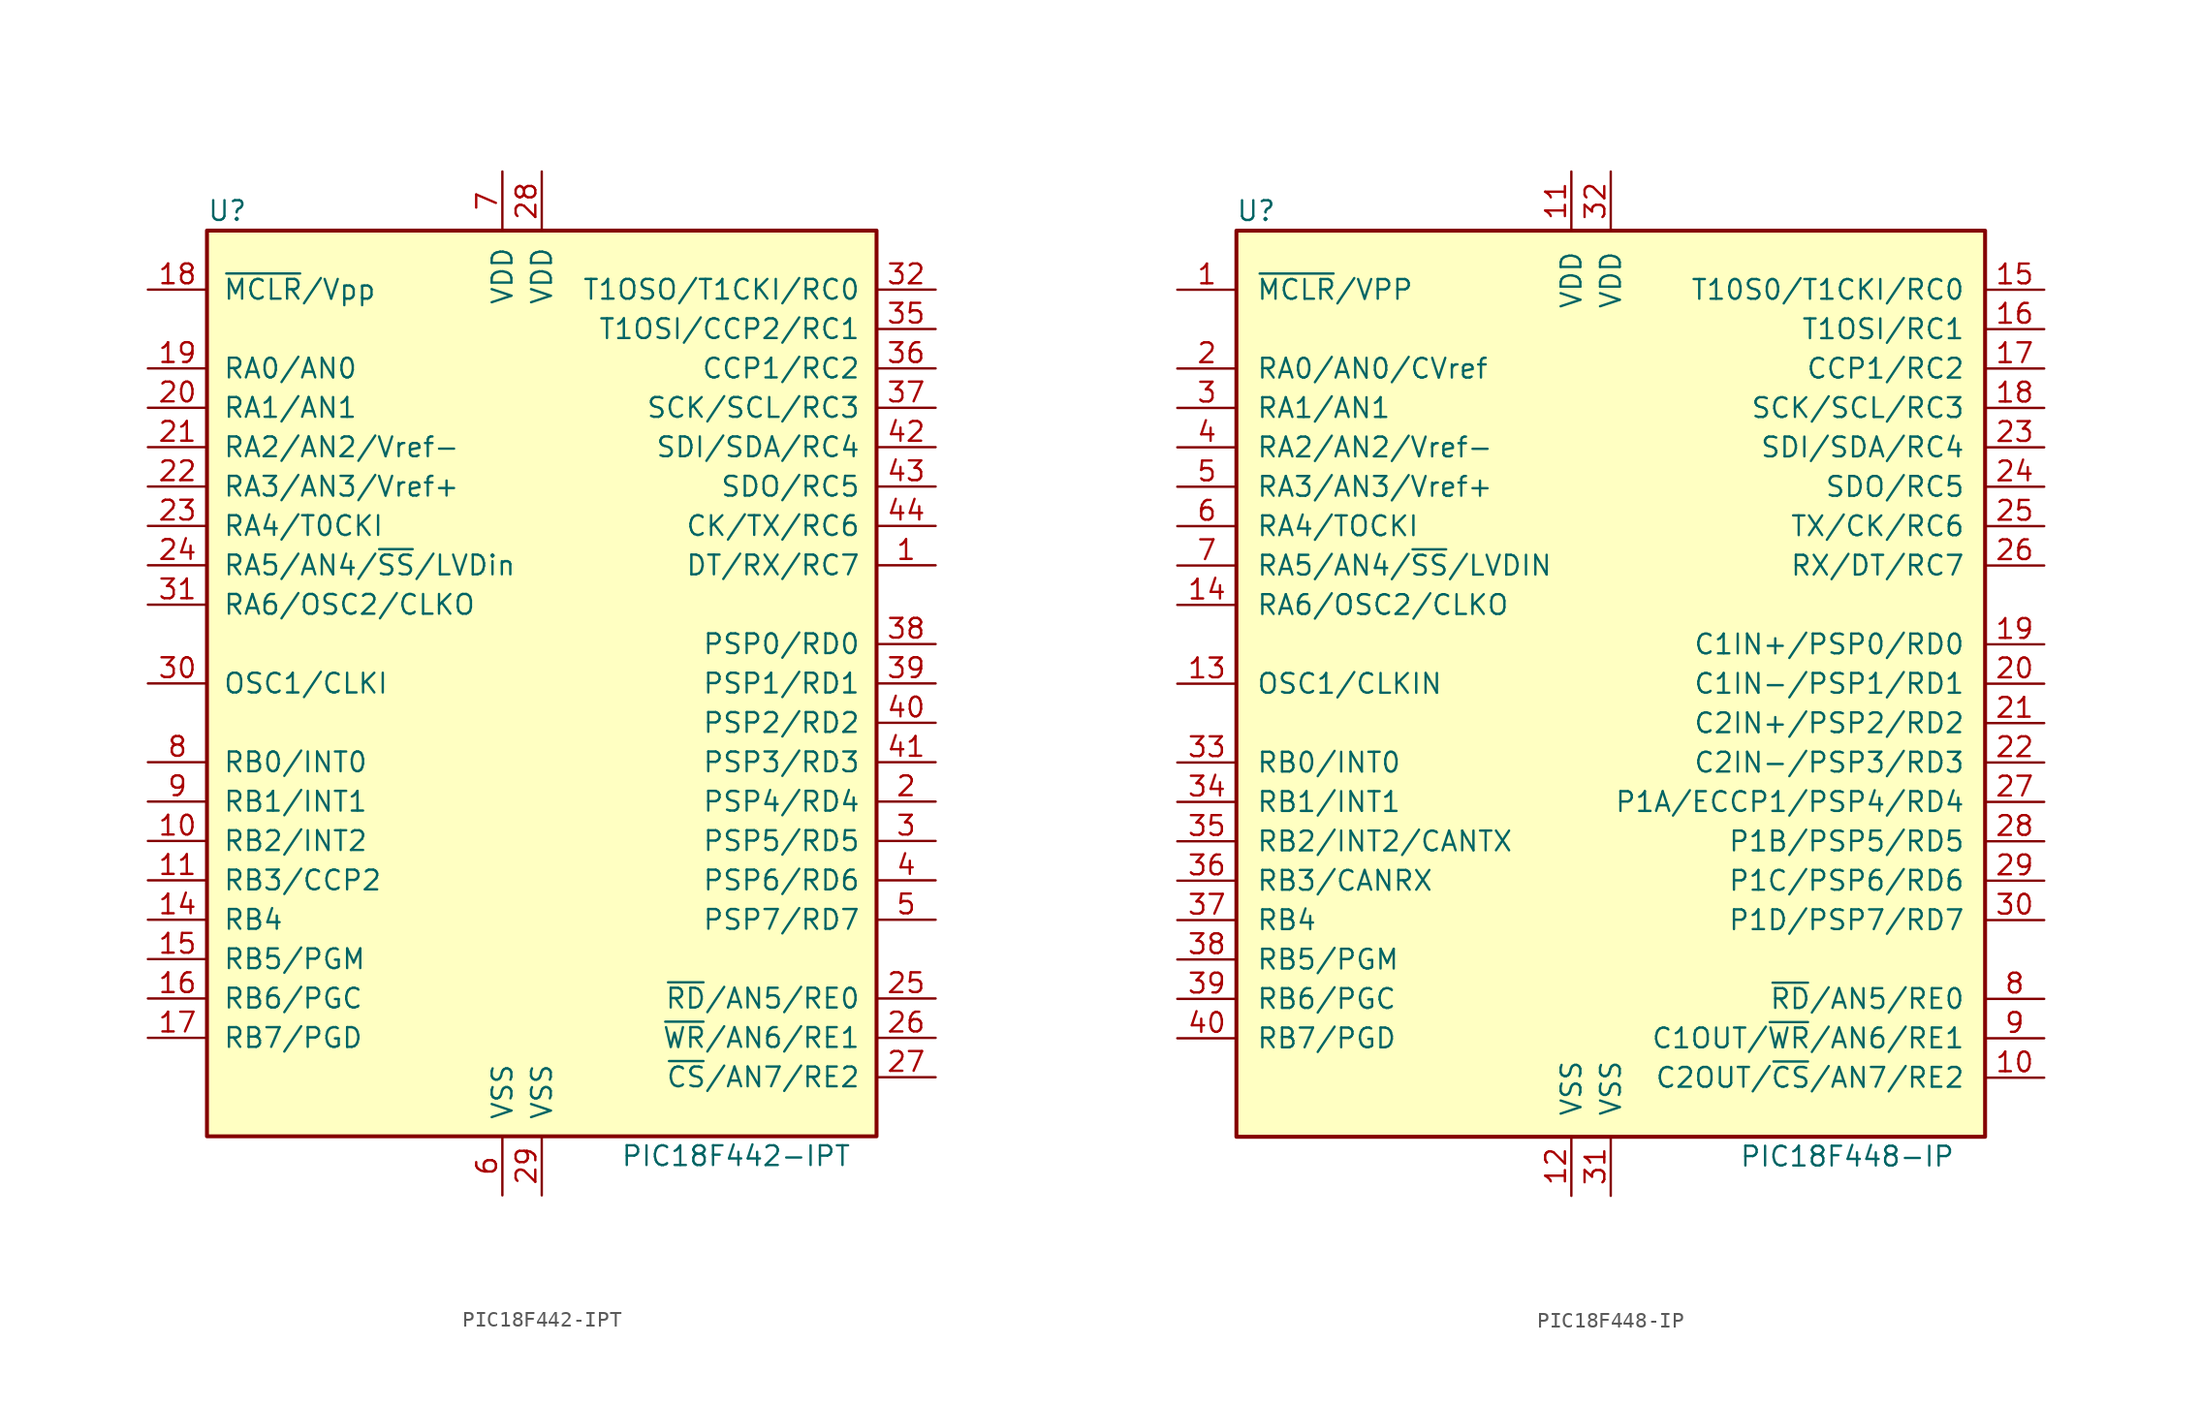
<source format=kicad_sym>
(kicad_symbol_lib
  (version 20211014)
  (generator kicad_symbol_editor)
  (symbol "PIC18F442-IPT"
    (pin_names
      (offset 1.016))
    (property "Reference" "U"
      (at -21.59 30.48 0)
      (effects (font (size 1.27 1.27)) (justify left)))
    (property "Value" "PIC18F442-IPT"
      (at 5.08 -30.48 0)
      (effects (font (size 1.27 1.27)) (justify left)))
    (symbol "PIC18F442-IPT_0_1"
      (rectangle (start 21.59 -29.21) (end -21.59 29.21) (stroke (width 0.254) (type default) (color 0 0 0 0)) (fill (type background))))
    (symbol "PIC18F442-IPT_1_1"
      (pin bidirectional line (at 25.4 7.62 180) (length 3.81) (name "DT/RX/RC7" (effects (font (size 1.27 1.27)))) (number "1" (effects (font (size 1.27 1.27)))))
      (pin bidirectional line (at -25.4 -10.16 0) (length 3.81) (name "RB2/INT2" (effects (font (size 1.27 1.27)))) (number "10" (effects (font (size 1.27 1.27)))))
      (pin bidirectional line (at -25.4 -12.7 0) (length 3.81) (name "RB3/CCP2" (effects (font (size 1.27 1.27)))) (number "11" (effects (font (size 1.27 1.27)))))
      (pin no_connect line (at -15.24 -33.02 90) (length 3.81) hide (name "NC" (effects (font (size 1.27 1.27)))) (number "12" (effects (font (size 1.27 1.27)))))
      (pin no_connect line (at -12.7 -33.02 90) (length 3.81) hide (name "NC" (effects (font (size 1.27 1.27)))) (number "13" (effects (font (size 1.27 1.27)))))
      (pin bidirectional line (at -25.4 -15.24 0) (length 3.81) (name "RB4" (effects (font (size 1.27 1.27)))) (number "14" (effects (font (size 1.27 1.27)))))
      (pin bidirectional line (at -25.4 -17.78 0) (length 3.81) (name "RB5/PGM" (effects (font (size 1.27 1.27)))) (number "15" (effects (font (size 1.27 1.27)))))
      (pin bidirectional line (at -25.4 -20.32 0) (length 3.81) (name "RB6/PGC" (effects (font (size 1.27 1.27)))) (number "16" (effects (font (size 1.27 1.27)))))
      (pin bidirectional line (at -25.4 -22.86 0) (length 3.81) (name "RB7/PGD" (effects (font (size 1.27 1.27)))) (number "17" (effects (font (size 1.27 1.27)))))
      (pin input line (at -25.4 25.4 0) (length 3.81) (name "~{MCLR}/Vpp" (effects (font (size 1.27 1.27)))) (number "18" (effects (font (size 1.27 1.27)))))
      (pin bidirectional line (at -25.4 20.32 0) (length 3.81) (name "RA0/AN0" (effects (font (size 1.27 1.27)))) (number "19" (effects (font (size 1.27 1.27)))))
      (pin bidirectional line (at 25.4 -7.62 180) (length 3.81) (name "PSP4/RD4" (effects (font (size 1.27 1.27)))) (number "2" (effects (font (size 1.27 1.27)))))
      (pin bidirectional line (at -25.4 17.78 0) (length 3.81) (name "RA1/AN1" (effects (font (size 1.27 1.27)))) (number "20" (effects (font (size 1.27 1.27)))))
      (pin bidirectional line (at -25.4 15.24 0) (length 3.81) (name "RA2/AN2/Vref-" (effects (font (size 1.27 1.27)))) (number "21" (effects (font (size 1.27 1.27)))))
      (pin bidirectional line (at -25.4 12.7 0) (length 3.81) (name "RA3/AN3/Vref+" (effects (font (size 1.27 1.27)))) (number "22" (effects (font (size 1.27 1.27)))))
      (pin bidirectional line (at -25.4 10.16 0) (length 3.81) (name "RA4/T0CKI" (effects (font (size 1.27 1.27)))) (number "23" (effects (font (size 1.27 1.27)))))
      (pin bidirectional line (at -25.4 7.62 0) (length 3.81) (name "RA5/AN4/~{SS}/LVDin" (effects (font (size 1.27 1.27)))) (number "24" (effects (font (size 1.27 1.27)))))
      (pin bidirectional line (at 25.4 -20.32 180) (length 3.81) (name "~{RD}/AN5/RE0" (effects (font (size 1.27 1.27)))) (number "25" (effects (font (size 1.27 1.27)))))
      (pin bidirectional line (at 25.4 -22.86 180) (length 3.81) (name "~{WR}/AN6/RE1" (effects (font (size 1.27 1.27)))) (number "26" (effects (font (size 1.27 1.27)))))
      (pin bidirectional line (at 25.4 -25.4 180) (length 3.81) (name "~{CS}/AN7/RE2" (effects (font (size 1.27 1.27)))) (number "27" (effects (font (size 1.27 1.27)))))
      (pin power_in line (at 0 33.02 270) (length 3.81) (name "VDD" (effects (font (size 1.27 1.27)))) (number "28" (effects (font (size 1.27 1.27)))))
      (pin power_in line (at 0 -33.02 90) (length 3.81) (name "VSS" (effects (font (size 1.27 1.27)))) (number "29" (effects (font (size 1.27 1.27)))))
      (pin bidirectional line (at 25.4 -10.16 180) (length 3.81) (name "PSP5/RD5" (effects (font (size 1.27 1.27)))) (number "3" (effects (font (size 1.27 1.27)))))
      (pin input line (at -25.4 0 0) (length 3.81) (name "OSC1/CLKI" (effects (font (size 1.27 1.27)))) (number "30" (effects (font (size 1.27 1.27)))))
      (pin bidirectional line (at -25.4 5.08 0) (length 3.81) (name "RA6/OSC2/CLKO" (effects (font (size 1.27 1.27)))) (number "31" (effects (font (size 1.27 1.27)))))
      (pin bidirectional line (at 25.4 25.4 180) (length 3.81) (name "T1OSO/T1CKI/RC0" (effects (font (size 1.27 1.27)))) (number "32" (effects (font (size 1.27 1.27)))))
      (pin no_connect line (at -10.16 -33.02 90) (length 3.81) hide (name "NC" (effects (font (size 1.27 1.27)))) (number "33" (effects (font (size 1.27 1.27)))))
      (pin no_connect line (at -7.62 -33.02 90) (length 3.81) hide (name "NC" (effects (font (size 1.27 1.27)))) (number "34" (effects (font (size 1.27 1.27)))))
      (pin bidirectional line (at 25.4 22.86 180) (length 3.81) (name "T1OSI/CCP2/RC1" (effects (font (size 1.27 1.27)))) (number "35" (effects (font (size 1.27 1.27)))))
      (pin bidirectional line (at 25.4 20.32 180) (length 3.81) (name "CCP1/RC2" (effects (font (size 1.27 1.27)))) (number "36" (effects (font (size 1.27 1.27)))))
      (pin bidirectional line (at 25.4 17.78 180) (length 3.81) (name "SCK/SCL/RC3" (effects (font (size 1.27 1.27)))) (number "37" (effects (font (size 1.27 1.27)))))
      (pin bidirectional line (at 25.4 2.54 180) (length 3.81) (name "PSP0/RD0" (effects (font (size 1.27 1.27)))) (number "38" (effects (font (size 1.27 1.27)))))
      (pin bidirectional line (at 25.4 0 180) (length 3.81) (name "PSP1/RD1" (effects (font (size 1.27 1.27)))) (number "39" (effects (font (size 1.27 1.27)))))
      (pin bidirectional line (at 25.4 -12.7 180) (length 3.81) (name "PSP6/RD6" (effects (font (size 1.27 1.27)))) (number "4" (effects (font (size 1.27 1.27)))))
      (pin bidirectional line (at 25.4 -2.54 180) (length 3.81) (name "PSP2/RD2" (effects (font (size 1.27 1.27)))) (number "40" (effects (font (size 1.27 1.27)))))
      (pin bidirectional line (at 25.4 -5.08 180) (length 3.81) (name "PSP3/RD3" (effects (font (size 1.27 1.27)))) (number "41" (effects (font (size 1.27 1.27)))))
      (pin bidirectional line (at 25.4 15.24 180) (length 3.81) (name "SDI/SDA/RC4" (effects (font (size 1.27 1.27)))) (number "42" (effects (font (size 1.27 1.27)))))
      (pin bidirectional line (at 25.4 12.7 180) (length 3.81) (name "SDO/RC5" (effects (font (size 1.27 1.27)))) (number "43" (effects (font (size 1.27 1.27)))))
      (pin bidirectional line (at 25.4 10.16 180) (length 3.81) (name "CK/TX/RC6" (effects (font (size 1.27 1.27)))) (number "44" (effects (font (size 1.27 1.27)))))
      (pin bidirectional line (at 25.4 -15.24 180) (length 3.81) (name "PSP7/RD7" (effects (font (size 1.27 1.27)))) (number "5" (effects (font (size 1.27 1.27)))))
      (pin power_in line (at -2.54 -33.02 90) (length 3.81) (name "VSS" (effects (font (size 1.27 1.27)))) (number "6" (effects (font (size 1.27 1.27)))))
      (pin power_in line (at -2.54 33.02 270) (length 3.81) (name "VDD" (effects (font (size 1.27 1.27)))) (number "7" (effects (font (size 1.27 1.27)))))
      (pin bidirectional line (at -25.4 -5.08 0) (length 3.81) (name "RB0/INT0" (effects (font (size 1.27 1.27)))) (number "8" (effects (font (size 1.27 1.27)))))
      (pin bidirectional line (at -25.4 -7.62 0) (length 3.81) (name "RB1/INT1" (effects (font (size 1.27 1.27)))) (number "9" (effects (font (size 1.27 1.27)))))))
  (symbol "PIC18F448-IP"
    (pin_names
      (offset 1.27))
    (property "Reference" "U"
      (at -22.86 30.48 0)
      (effects (font (size 1.27 1.27))))
    (property "Value" "PIC18F448-IP"
      (at 15.24 -30.48 0)
      (effects (font (size 1.27 1.27))))
    (symbol "PIC18F448-IP_0_1"
      (rectangle (start -24.13 -29.21) (end 24.13 29.21) (stroke (width 0.254) (type default) (color 0 0 0 0)) (fill (type background))))
    (symbol "PIC18F448-IP_1_1"
      (pin input line (at -27.94 25.4 0) (length 3.81) (name "~{MCLR}/VPP" (effects (font (size 1.27 1.27)))) (number "1" (effects (font (size 1.27 1.27)))))
      (pin bidirectional line (at 27.94 -25.4 180) (length 3.81) (name "C2OUT/~{CS}/AN7/RE2" (effects (font (size 1.27 1.27)))) (number "10" (effects (font (size 1.27 1.27)))))
      (pin power_in line (at -2.54 33.02 270) (length 3.81) (name "VDD" (effects (font (size 1.27 1.27)))) (number "11" (effects (font (size 1.27 1.27)))))
      (pin power_in line (at -2.54 -33.02 90) (length 3.81) (name "VSS" (effects (font (size 1.27 1.27)))) (number "12" (effects (font (size 1.27 1.27)))))
      (pin input line (at -27.94 0 0) (length 3.81) (name "OSC1/CLKIN" (effects (font (size 1.27 1.27)))) (number "13" (effects (font (size 1.27 1.27)))))
      (pin output line (at -27.94 5.08 0) (length 3.81) (name "RA6/OSC2/CLKO" (effects (font (size 1.27 1.27)))) (number "14" (effects (font (size 1.27 1.27)))))
      (pin bidirectional line (at 27.94 25.4 180) (length 3.81) (name "T10S0/T1CKI/RC0" (effects (font (size 1.27 1.27)))) (number "15" (effects (font (size 1.27 1.27)))))
      (pin bidirectional line (at 27.94 22.86 180) (length 3.81) (name "T1OSI/RC1" (effects (font (size 1.27 1.27)))) (number "16" (effects (font (size 1.27 1.27)))))
      (pin bidirectional line (at 27.94 20.32 180) (length 3.81) (name "CCP1/RC2" (effects (font (size 1.27 1.27)))) (number "17" (effects (font (size 1.27 1.27)))))
      (pin bidirectional line (at 27.94 17.78 180) (length 3.81) (name "SCK/SCL/RC3" (effects (font (size 1.27 1.27)))) (number "18" (effects (font (size 1.27 1.27)))))
      (pin bidirectional line (at 27.94 2.54 180) (length 3.81) (name "C1IN+/PSP0/RD0" (effects (font (size 1.27 1.27)))) (number "19" (effects (font (size 1.27 1.27)))))
      (pin bidirectional line (at -27.94 20.32 0) (length 3.81) (name "RA0/AN0/CVref" (effects (font (size 1.27 1.27)))) (number "2" (effects (font (size 1.27 1.27)))))
      (pin bidirectional line (at 27.94 0 180) (length 3.81) (name "C1IN-/PSP1/RD1" (effects (font (size 1.27 1.27)))) (number "20" (effects (font (size 1.27 1.27)))))
      (pin bidirectional line (at 27.94 -2.54 180) (length 3.81) (name "C2IN+/PSP2/RD2" (effects (font (size 1.27 1.27)))) (number "21" (effects (font (size 1.27 1.27)))))
      (pin bidirectional line (at 27.94 -5.08 180) (length 3.81) (name "C2IN-/PSP3/RD3" (effects (font (size 1.27 1.27)))) (number "22" (effects (font (size 1.27 1.27)))))
      (pin bidirectional line (at 27.94 15.24 180) (length 3.81) (name "SDI/SDA/RC4" (effects (font (size 1.27 1.27)))) (number "23" (effects (font (size 1.27 1.27)))))
      (pin bidirectional line (at 27.94 12.7 180) (length 3.81) (name "SDO/RC5" (effects (font (size 1.27 1.27)))) (number "24" (effects (font (size 1.27 1.27)))))
      (pin bidirectional line (at 27.94 10.16 180) (length 3.81) (name "TX/CK/RC6" (effects (font (size 1.27 1.27)))) (number "25" (effects (font (size 1.27 1.27)))))
      (pin bidirectional line (at 27.94 7.62 180) (length 3.81) (name "RX/DT/RC7" (effects (font (size 1.27 1.27)))) (number "26" (effects (font (size 1.27 1.27)))))
      (pin bidirectional line (at 27.94 -7.62 180) (length 3.81) (name "P1A/ECCP1/PSP4/RD4" (effects (font (size 1.27 1.27)))) (number "27" (effects (font (size 1.27 1.27)))))
      (pin bidirectional line (at 27.94 -10.16 180) (length 3.81) (name "P1B/PSP5/RD5" (effects (font (size 1.27 1.27)))) (number "28" (effects (font (size 1.27 1.27)))))
      (pin bidirectional line (at 27.94 -12.7 180) (length 3.81) (name "P1C/PSP6/RD6" (effects (font (size 1.27 1.27)))) (number "29" (effects (font (size 1.27 1.27)))))
      (pin bidirectional line (at -27.94 17.78 0) (length 3.81) (name "RA1/AN1" (effects (font (size 1.27 1.27)))) (number "3" (effects (font (size 1.27 1.27)))))
      (pin bidirectional line (at 27.94 -15.24 180) (length 3.81) (name "P1D/PSP7/RD7" (effects (font (size 1.27 1.27)))) (number "30" (effects (font (size 1.27 1.27)))))
      (pin power_in line (at 0 -33.02 90) (length 3.81) (name "VSS" (effects (font (size 1.27 1.27)))) (number "31" (effects (font (size 1.27 1.27)))))
      (pin power_in line (at 0 33.02 270) (length 3.81) (name "VDD" (effects (font (size 1.27 1.27)))) (number "32" (effects (font (size 1.27 1.27)))))
      (pin bidirectional line (at -27.94 -5.08 0) (length 3.81) (name "RB0/INT0" (effects (font (size 1.27 1.27)))) (number "33" (effects (font (size 1.27 1.27)))))
      (pin bidirectional line (at -27.94 -7.62 0) (length 3.81) (name "RB1/INT1" (effects (font (size 1.27 1.27)))) (number "34" (effects (font (size 1.27 1.27)))))
      (pin bidirectional line (at -27.94 -10.16 0) (length 3.81) (name "RB2/INT2/CANTX" (effects (font (size 1.27 1.27)))) (number "35" (effects (font (size 1.27 1.27)))))
      (pin bidirectional line (at -27.94 -12.7 0) (length 3.81) (name "RB3/CANRX" (effects (font (size 1.27 1.27)))) (number "36" (effects (font (size 1.27 1.27)))))
      (pin bidirectional line (at -27.94 -15.24 0) (length 3.81) (name "RB4" (effects (font (size 1.27 1.27)))) (number "37" (effects (font (size 1.27 1.27)))))
      (pin bidirectional line (at -27.94 -17.78 0) (length 3.81) (name "RB5/PGM" (effects (font (size 1.27 1.27)))) (number "38" (effects (font (size 1.27 1.27)))))
      (pin bidirectional line (at -27.94 -20.32 0) (length 3.81) (name "RB6/PGC" (effects (font (size 1.27 1.27)))) (number "39" (effects (font (size 1.27 1.27)))))
      (pin bidirectional line (at -27.94 15.24 0) (length 3.81) (name "RA2/AN2/Vref-" (effects (font (size 1.27 1.27)))) (number "4" (effects (font (size 1.27 1.27)))))
      (pin bidirectional line (at -27.94 -22.86 0) (length 3.81) (name "RB7/PGD" (effects (font (size 1.27 1.27)))) (number "40" (effects (font (size 1.27 1.27)))))
      (pin bidirectional line (at -27.94 12.7 0) (length 3.81) (name "RA3/AN3/Vref+" (effects (font (size 1.27 1.27)))) (number "5" (effects (font (size 1.27 1.27)))))
      (pin bidirectional line (at -27.94 10.16 0) (length 3.81) (name "RA4/TOCKI" (effects (font (size 1.27 1.27)))) (number "6" (effects (font (size 1.27 1.27)))))
      (pin bidirectional line (at -27.94 7.62 0) (length 3.81) (name "RA5/AN4/~{SS}/LVDIN" (effects (font (size 1.27 1.27)))) (number "7" (effects (font (size 1.27 1.27)))))
      (pin bidirectional line (at 27.94 -20.32 180) (length 3.81) (name "~{RD}/AN5/RE0" (effects (font (size 1.27 1.27)))) (number "8" (effects (font (size 1.27 1.27)))))
      (pin bidirectional line (at 27.94 -22.86 180) (length 3.81) (name "C1OUT/~{WR}/AN6/RE1" (effects (font (size 1.27 1.27)))) (number "9" (effects (font (size 1.27 1.27))))))))
</source>
